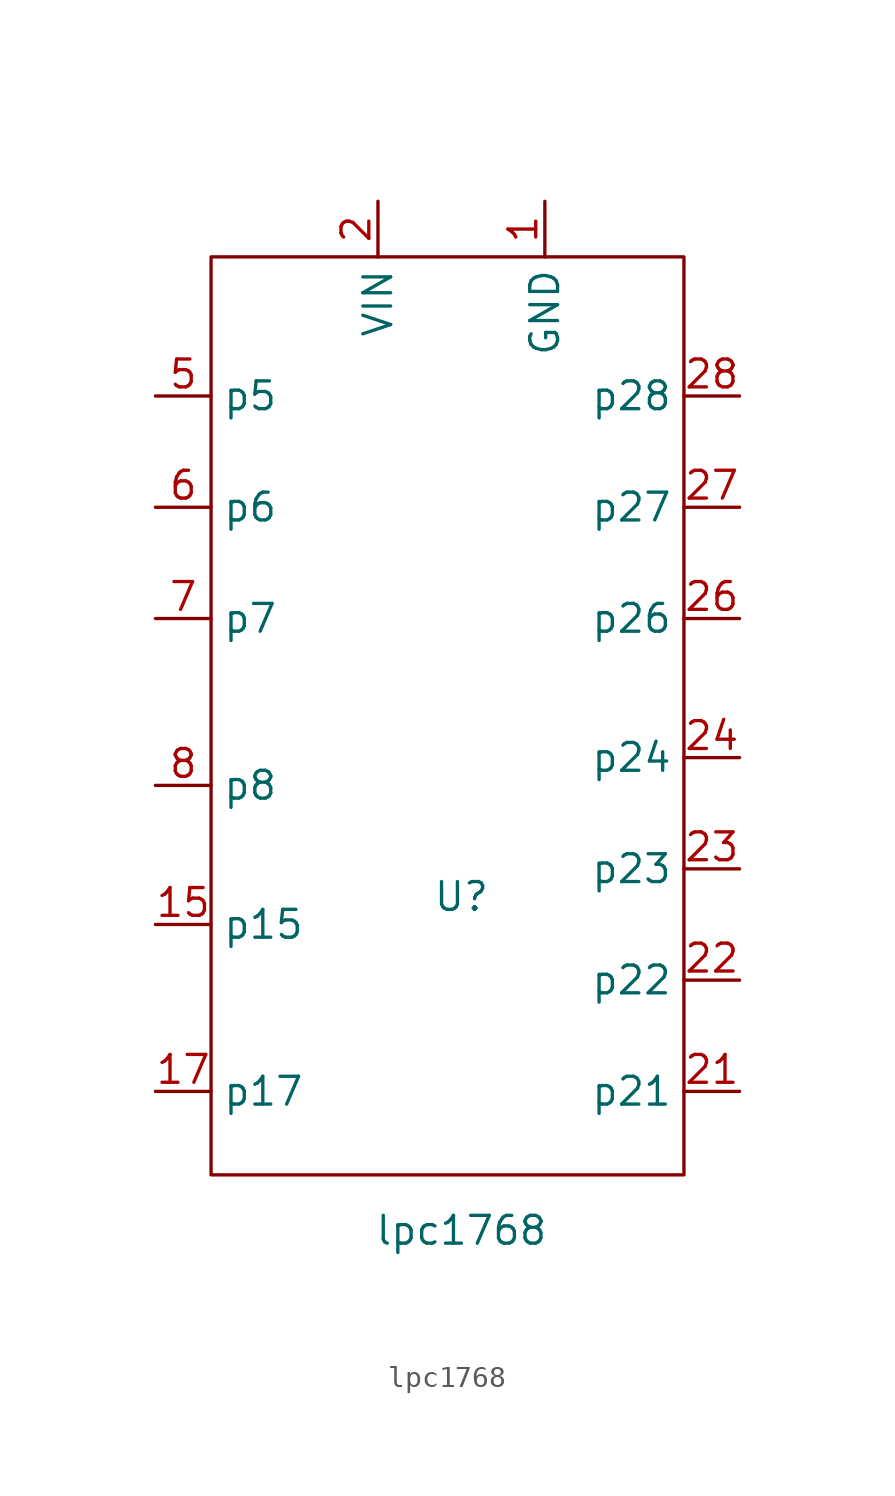
<source format=kicad_sym>
(kicad_symbol_lib
  (version 20211014)
  (generator kicad_symbol_editor)
  (symbol "lpc1768"
    (property "Reference" "U"
      (at 0 0 0)
      (effects (font (size 1.27 1.27))))
    (property "Value" "lpc1768"
      (at 0 -15.24 0)
      (effects (font (size 1.27 1.27))))
    (symbol "lpc1768_0_1"
      (rectangle (start -11.43 29.21) (end 10.16 -12.7) (stroke (width 0) (type default) (color 0 0 0 0)) (fill (type none))))
    (symbol "lpc1768_1_1"
      (pin output line (at 3.81 31.75 270) (length 2.54) (name "GND" (effects (font (size 1.27 1.27)))) (number "1" (effects (font (size 1.27 1.27)))))
      (pin output line (at -13.97 -1.27 0) (length 2.54) (name "p15" (effects (font (size 1.27 1.27)))) (number "15" (effects (font (size 1.27 1.27)))))
      (pin input line (at -13.97 -8.89 0) (length 2.54) (name "p17" (effects (font (size 1.27 1.27)))) (number "17" (effects (font (size 1.27 1.27)))))
      (pin input line (at -3.81 31.75 270) (length 2.54) (name "VIN" (effects (font (size 1.27 1.27)))) (number "2" (effects (font (size 1.27 1.27)))))
      (pin input line (at 12.7 -8.89 180) (length 2.54) (name "p21" (effects (font (size 1.27 1.27)))) (number "21" (effects (font (size 1.27 1.27)))))
      (pin input line (at 12.7 -3.81 180) (length 2.54) (name "p22" (effects (font (size 1.27 1.27)))) (number "22" (effects (font (size 1.27 1.27)))))
      (pin input line (at 12.7 1.27 180) (length 2.54) (name "p23" (effects (font (size 1.27 1.27)))) (number "23" (effects (font (size 1.27 1.27)))))
      (pin input line (at 12.7 6.35 180) (length 2.54) (name "p24" (effects (font (size 1.27 1.27)))) (number "24" (effects (font (size 1.27 1.27)))))
      (pin input line (at 12.7 12.7 180) (length 2.54) (name "p26" (effects (font (size 1.27 1.27)))) (number "26" (effects (font (size 1.27 1.27)))))
      (pin input line (at 12.7 17.78 180) (length 2.54) (name "p27" (effects (font (size 1.27 1.27)))) (number "27" (effects (font (size 1.27 1.27)))))
      (pin input line (at 12.7 22.86 180) (length 2.54) (name "p28" (effects (font (size 1.27 1.27)))) (number "28" (effects (font (size 1.27 1.27)))))
      (pin output line (at -13.97 22.86 0) (length 2.54) (name "p5" (effects (font (size 1.27 1.27)))) (number "5" (effects (font (size 1.27 1.27)))))
      (pin input line (at -13.97 17.78 0) (length 2.54) (name "p6" (effects (font (size 1.27 1.27)))) (number "6" (effects (font (size 1.27 1.27)))))
      (pin output line (at -13.97 12.7 0) (length 2.54) (name "p7" (effects (font (size 1.27 1.27)))) (number "7" (effects (font (size 1.27 1.27)))))
      (pin output line (at -13.97 5.08 0) (length 2.54) (name "p8" (effects (font (size 1.27 1.27)))) (number "8" (effects (font (size 1.27 1.27))))))))
</source>
